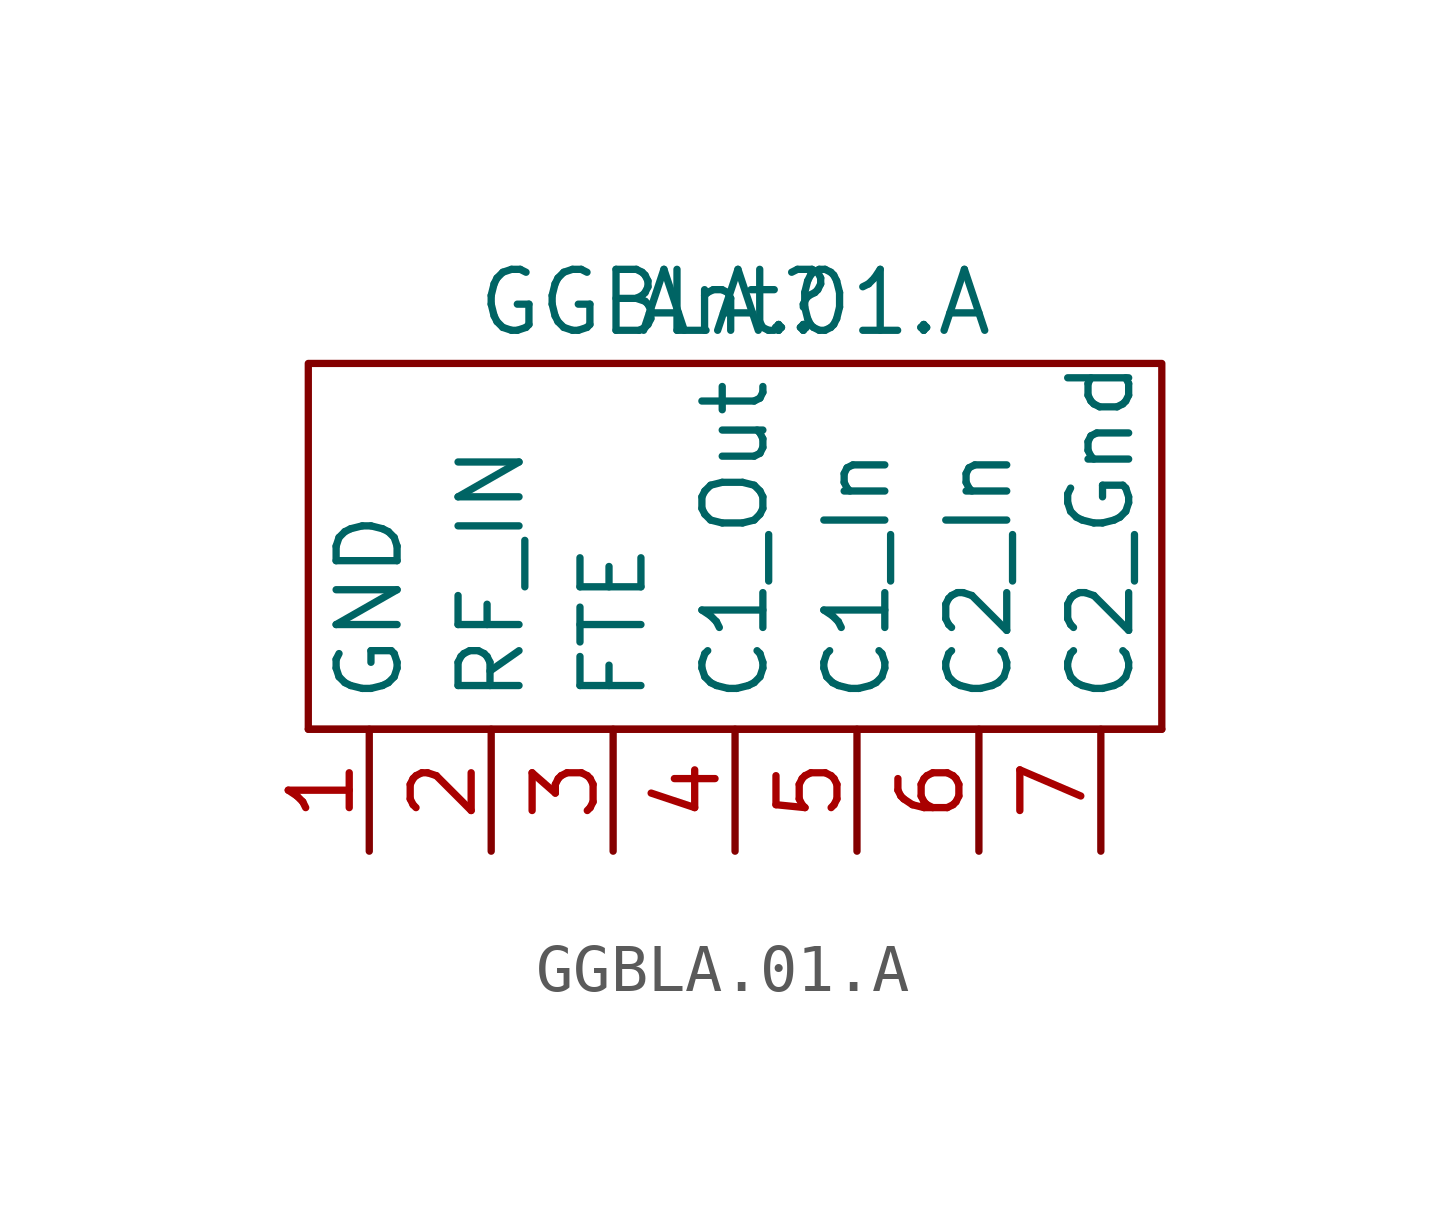
<source format=kicad_sym>
(kicad_symbol_lib
  (version 20220101)
  (generator kicad_symbol_editor)
  (symbol "GGBLA.01.A"
    (property "Reference" "Ant"
      (at 0 0 0)
      (effects (font (size 1.27 1.27))))
    (property "Value" "GGBLA.01.A"
      (at 0 0 0)
      (effects (font (size 1.27 1.27))))
    (symbol "GGBLA.01.A_0_1"
      (rectangle (start -8.89 -8.89) (end 8.89 -8.89) (stroke (width 0.152) (type default)) (fill (type none)))
      (rectangle (start 8.89 -8.89) (end -8.89 -1.27) (stroke (width 0.152) (type default)) (fill (type none))))
    (symbol "GGBLA.01.A_1_1"
      (pin power_out line (at -7.62 -11.43 90) (length 2.54) (name "GND" (effects (font (size 1.27 1.27)))) (number "1" (effects (font (size 1.27 1.27)))))
      (pin input line (at -5.08 -11.43 90) (length 2.54) (name "RF_IN" (effects (font (size 1.27 1.27)))) (number "2" (effects (font (size 1.27 1.27)))))
      (pin bidirectional line (at -2.54 -11.43 90) (length 2.54) (name "FTE" (effects (font (size 1.27 1.27)))) (number "3" (effects (font (size 1.27 1.27)))))
      (pin bidirectional line (at 0 -11.43 90) (length 2.54) (name "C1_Out" (effects (font (size 1.27 1.27)))) (number "4" (effects (font (size 1.27 1.27)))))
      (pin bidirectional line (at 2.54 -11.43 90) (length 2.54) (name "C1_In" (effects (font (size 1.27 1.27)))) (number "5" (effects (font (size 1.27 1.27)))))
      (pin bidirectional line (at 5.08 -11.43 90) (length 2.54) (name "C2_In" (effects (font (size 1.27 1.27)))) (number "6" (effects (font (size 1.27 1.27)))))
      (pin bidirectional line (at 7.62 -11.43 90) (length 2.54) (name "C2_Gnd" (effects (font (size 1.27 1.27)))) (number "7" (effects (font (size 1.27 1.27))))))))
</source>
